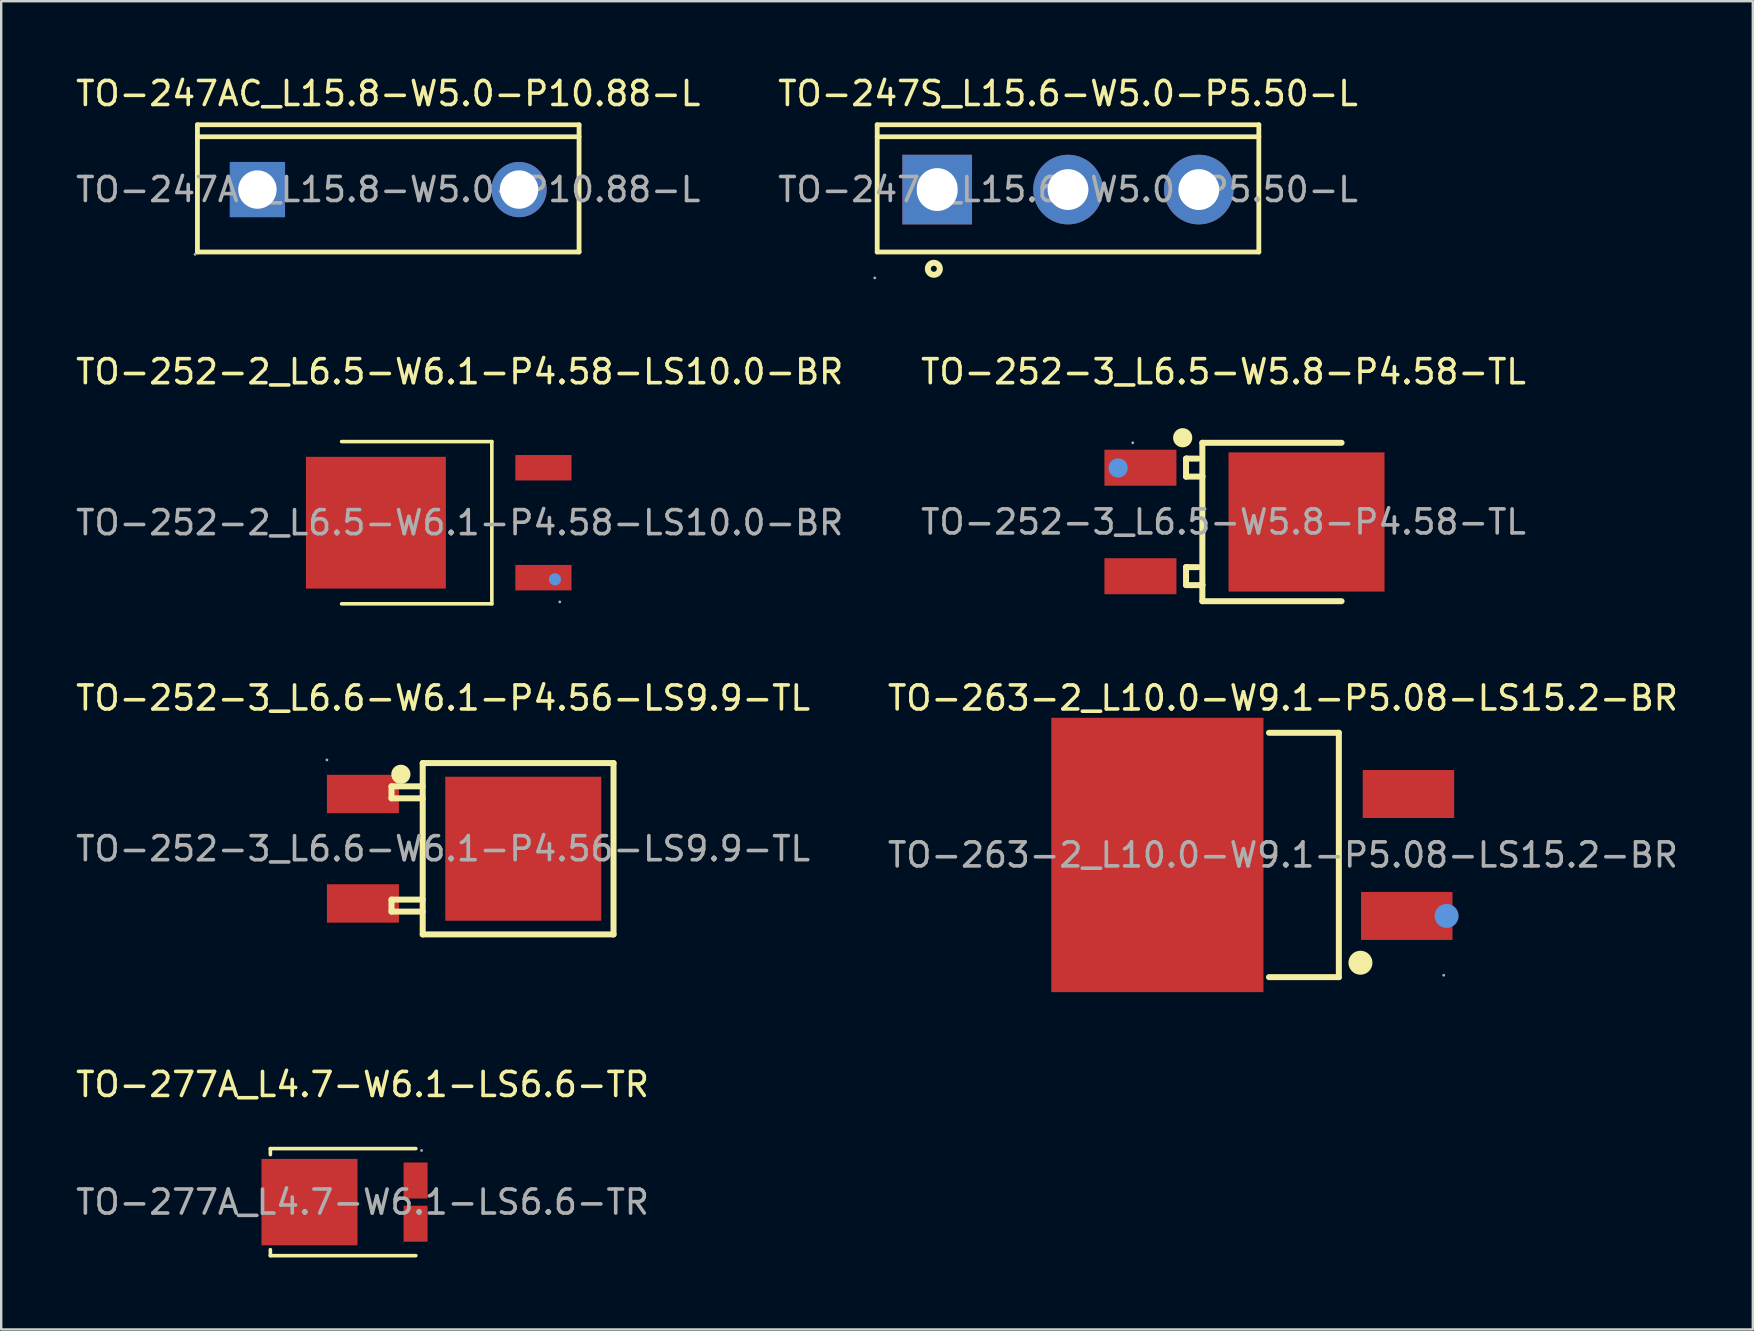
<source format=kicad_pcb>
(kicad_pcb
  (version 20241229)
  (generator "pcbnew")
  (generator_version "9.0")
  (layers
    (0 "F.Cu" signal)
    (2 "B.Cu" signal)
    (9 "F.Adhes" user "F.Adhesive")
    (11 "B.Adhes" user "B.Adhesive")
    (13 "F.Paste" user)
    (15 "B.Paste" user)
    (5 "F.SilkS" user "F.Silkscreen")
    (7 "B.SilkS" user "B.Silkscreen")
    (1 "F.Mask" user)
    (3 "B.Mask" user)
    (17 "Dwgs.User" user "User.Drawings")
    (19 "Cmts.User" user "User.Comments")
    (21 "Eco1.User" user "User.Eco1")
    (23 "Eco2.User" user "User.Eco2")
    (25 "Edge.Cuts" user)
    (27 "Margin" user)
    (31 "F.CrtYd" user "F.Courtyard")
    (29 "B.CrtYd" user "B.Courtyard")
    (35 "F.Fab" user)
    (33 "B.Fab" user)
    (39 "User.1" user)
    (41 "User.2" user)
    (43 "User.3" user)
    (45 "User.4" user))
  (footprint "TO-252-2_L6.5-W6.1-P4.58-LS10.0-BR"
    (layer "F.Cu")
    (at 16.101 18.727)
    (property "Reference" "TO-252-2_L6.5-W6.1-P4.58-LS10.0-BR" (at 0 -6.29 0) (layer "F.SilkS") (effects (font (size 1 1) (thickness 0.15))))
    (attr through_hole)
    (fp_line (start -4.92 -3.38) (end 1.34 -3.38) (stroke (width 0.15) (type solid)) (layer "F.SilkS"))
    (fp_line (start -4.92 3.38) (end 1.34 3.38) (stroke (width 0.15) (type solid)) (layer "F.SilkS"))
    (fp_line (start 1.34 3.38) (end 1.34 -3.38) (stroke (width 0.15) (type solid)) (layer "F.SilkS"))
    (fp_circle (center 3.97 2.36) (end 4.1 2.36) (stroke (width 0.25) (type solid)) (fill no) (layer "Cmts.User"))
    (fp_circle (center 4.17 3.3) (end 4.2 3.3) (stroke (width 0.06) (type solid)) (fill no) (layer "F.Fab"))
    (fp_text user "${REFERENCE}" (at 0 0 0) (layer "F.Fab") (effects (font (size 1 1) (thickness 0.15))))
    (pad "1" smd rect (at 3.49 2.29) (size 2.34 1.06) (layers "F.Cu" "F.Mask" "F.Paste"))
    (pad "3" smd rect (at 3.49 -2.29) (size 2.34 1.06) (layers "F.Cu" "F.Mask" "F.Paste"))
    (pad "4" smd rect (at -3.49 0) (size 5.83 5.49) (layers "F.Cu" "F.Mask" "F.Paste")))
  (footprint "TO-252-3_L6.5-W5.8-P4.58-TL"
    (layer "F.Cu")
    (at 47.923 18.697)
    (property "Reference" "TO-252-3_L6.5-W5.8-P4.58-TL" (at 0 -6.26 0) (layer "F.SilkS") (effects (font (size 1 1) (thickness 0.15))))
    (attr through_hole)
    (fp_line (start -1.56 -2.64) (end -1.56 -1.89) (stroke (width 0.25) (type solid)) (layer "F.SilkS"))
    (fp_line (start -1.56 -1.89) (end -0.88 -1.89) (stroke (width 0.25) (type solid)) (layer "F.SilkS"))
    (fp_line (start -1.56 1.88) (end -1.56 2.63) (stroke (width 0.25) (type solid)) (layer "F.SilkS"))
    (fp_line (start -1.56 2.63) (end -0.88 2.63) (stroke (width 0.25) (type solid)) (layer "F.SilkS"))
    (fp_line (start -1.52 -2.64) (end -1.56 -2.64) (stroke (width 0.25) (type solid)) (layer "F.SilkS"))
    (fp_line (start -1.52 1.88) (end -1.56 1.88) (stroke (width 0.25) (type solid)) (layer "F.SilkS"))
    (fp_line (start -1.06 -2.64) (end -1.52 -2.64) (stroke (width 0.25) (type solid)) (layer "F.SilkS"))
    (fp_line (start -1.06 1.88) (end -1.52 1.88) (stroke (width 0.25) (type solid)) (layer "F.SilkS"))
    (fp_line (start -0.88 -3.3) (end -0.88 3.3) (stroke (width 0.25) (type solid)) (layer "F.SilkS"))
    (fp_line (start -0.88 -1.89) (end -0.88 -1.91) (stroke (width 0.25) (type solid)) (layer "F.SilkS"))
    (fp_line (start -0.88 2.63) (end -0.88 2.61) (stroke (width 0.25) (type solid)) (layer "F.SilkS"))
    (fp_line (start -0.88 3.3) (end 4.92 3.3) (stroke (width 0.25) (type solid)) (layer "F.SilkS"))
    (fp_line (start 4.92 -3.3) (end -0.88 -3.3) (stroke (width 0.25) (type solid)) (layer "F.SilkS"))
    (fp_arc (start -1.7 -3.51) (mid -1.7 -3.51) (end -1.7 -3.51) (stroke (width 0.4) (type solid)) (layer "F.SilkS"))
    (fp_circle (center -4.39 -2.25) (end -4.19 -2.25) (stroke (width 0.4) (type solid)) (fill no) (layer "Cmts.User"))
    (fp_circle (center -3.78 -3.3) (end -3.75 -3.3) (stroke (width 0.06) (type solid)) (fill no) (layer "F.Fab"))
    (fp_text user "${REFERENCE}" (at 0 0 0) (layer "F.Fab") (effects (font (size 1 1) (thickness 0.15))))
    (pad "1" smd rect (at -3.46 -2.26) (size 3 1.5) (layers "F.Cu" "F.Mask" "F.Paste"))
    (pad "2" smd rect (at 3.46 0) (size 6.5 5.8) (layers "F.Cu" "F.Mask" "F.Paste"))
    (pad "3" smd rect (at -3.46 2.26) (size 3 1.5) (layers "F.Cu" "F.Mask" "F.Paste")))
  (footprint "TO-263-2_L10.0-W9.1-P5.08-LS15.2-BR"
    (layer "F.Cu")
    (at 50.399 32.57)
    (property "Reference" "TO-263-2_L10.0-W9.1-P5.08-LS15.2-BR" (at 0 -6.54 0) (layer "F.SilkS") (effects (font (size 1 1) (thickness 0.15))))
    (attr through_hole)
    (fp_line (start 2.33 -5.09) (end -0.58 -5.09) (stroke (width 0.25) (type solid)) (layer "F.SilkS"))
    (fp_line (start 2.33 -5.09) (end 2.33 5.09) (stroke (width 0.25) (type solid)) (layer "F.SilkS"))
    (fp_line (start 2.33 5.09) (end -0.58 5.09) (stroke (width 0.25) (type solid)) (layer "F.SilkS"))
    (fp_circle (center 3.23 4.49) (end 3.48 4.49) (stroke (width 0.5) (type solid)) (fill no) (layer "F.SilkS"))
    (fp_circle (center 6.82 2.54) (end 7.07 2.54) (stroke (width 0.5) (type solid)) (fill no) (layer "Cmts.User"))
    (fp_circle (center 6.7 5.01) (end 6.73 5.01) (stroke (width 0.06) (type solid)) (fill no) (layer "F.Fab"))
    (fp_text user "${REFERENCE}" (at 0 0 0) (layer "F.Fab") (effects (font (size 1 1) (thickness 0.15))))
    (pad "1" smd rect (at 5.16 2.54) (size 3.81 2) (layers "F.Cu" "F.Mask" "F.Paste"))
    (pad "3" smd rect (at 5.23 -2.54) (size 3.81 2) (layers "F.Cu" "F.Mask" "F.Paste"))
    (pad "4" smd rect (at -5.23 0) (size 8.84 11.43) (layers "F.Cu" "F.Mask" "F.Paste")))
  (footprint "TO-247S_L15.6-W5.0-P5.50-L"
    (layer "F.Cu")
    (at 41.446 4.848)
    (property "Reference" "TO-247S_L15.6-W5.0-P5.50-L" (at 0 -4 0) (layer "F.SilkS") (effects (font (size 1 1) (thickness 0.15))))
    (attr through_hole)
    (fp_line (start -7.95 -2.7) (end -7.95 2.6) (stroke (width 0.2) (type solid)) (layer "F.SilkS"))
    (fp_line (start -7.95 -2.2) (end 7.95 -2.2) (stroke (width 0.2) (type solid)) (layer "F.SilkS"))
    (fp_line (start -7.95 2.6) (end 7.95 2.6) (stroke (width 0.2) (type solid)) (layer "F.SilkS"))
    (fp_line (start 7.95 -2.7) (end -7.95 -2.7) (stroke (width 0.2) (type solid)) (layer "F.SilkS"))
    (fp_line (start 7.95 2.6) (end 7.95 -2.7) (stroke (width 0.2) (type solid)) (layer "F.SilkS"))
    (fp_circle (center -5.59 3.3) (end -5.34 3.3) (stroke (width 0.25) (type solid)) (fill no) (layer "F.SilkS"))
    (fp_circle (center -8.05 3.68) (end -8.02 3.68) (stroke (width 0.06) (type solid)) (fill no) (layer "F.Fab"))
    (fp_circle (center 0 0) (end 0.38 0) (stroke (width 0.75) (type solid)) (fill no) (layer "F.Fab"))
    (fp_circle (center 5.45 0) (end 5.83 0) (stroke (width 0.75) (type solid)) (fill no) (layer "F.Fab"))
    (fp_text user "${REFERENCE}" (at 0 0 0) (layer "F.Fab") (effects (font (size 1 1) (thickness 0.15))))
    (pad "1" thru_hole rect (at -5.45 0) (size 2.9 2.9) (drill oval 1.7 1.785) (layers "*.Cu" "*.Paste" "*.Mask"))
    (pad "2" thru_hole circle (at 0 0) (size 2.9 2.9) (drill 1.7) (layers "*.Cu" "*.Paste" "*.Mask"))
    (pad "3" thru_hole circle (at 5.45 0) (size 2.9 2.9) (drill 1.7) (layers "*.Cu" "*.Paste" "*.Mask")))
  (footprint "TO-252-3_L6.6-W6.1-P4.56-LS9.9-TL"
    (layer "F.Cu")
    (at 15.411 32.31)
    (property "Reference" "TO-252-3_L6.6-W6.1-P4.56-LS9.9-TL" (at 0 -6.28 0) (layer "F.SilkS") (effects (font (size 1 1) (thickness 0.15))))
    (attr through_hole)
    (fp_line (start -2.15 -2.6) (end -2.15 -2.1) (stroke (width 0.25) (type solid)) (layer "F.SilkS"))
    (fp_line (start -2.15 -2.1) (end -0.85 -2.1) (stroke (width 0.25) (type solid)) (layer "F.SilkS"))
    (fp_line (start -2.15 2.12) (end -2.15 2.62) (stroke (width 0.25) (type solid)) (layer "F.SilkS"))
    (fp_line (start -2.15 2.62) (end -0.85 2.62) (stroke (width 0.25) (type solid)) (layer "F.SilkS"))
    (fp_line (start -0.85 -3.57) (end -0.85 3.57) (stroke (width 0.25) (type solid)) (layer "F.SilkS"))
    (fp_line (start -0.85 -2.6) (end -2.15 -2.6) (stroke (width 0.25) (type solid)) (layer "F.SilkS"))
    (fp_line (start -0.85 2.12) (end -2.15 2.12) (stroke (width 0.25) (type solid)) (layer "F.SilkS"))
    (fp_line (start -0.85 3.57) (end 7.1 3.57) (stroke (width 0.25) (type solid)) (layer "F.SilkS"))
    (fp_line (start 7.1 -3.57) (end -0.85 -3.57) (stroke (width 0.25) (type solid)) (layer "F.SilkS"))
    (fp_line (start 7.1 3.57) (end 7.1 -3.57) (stroke (width 0.25) (type solid)) (layer "F.SilkS"))
    (fp_arc (start -1.76 -3.1) (mid -1.76 -3.1) (end -1.76 -3.1) (stroke (width 0.4) (type solid)) (layer "F.SilkS"))
    (fp_circle (center -4.84 -3.7) (end -4.81 -3.7) (stroke (width 0.06) (type solid)) (fill no) (layer "F.Fab"))
    (fp_text user "${REFERENCE}" (at 0 0 0) (layer "F.Fab") (effects (font (size 1 1) (thickness 0.15))))
    (pad "1" smd rect (at -3.34 -2.28) (size 3 1.6) (layers "F.Cu" "F.Mask" "F.Paste"))
    (pad "2" smd rect (at -3.34 2.28) (size 3 1.6) (layers "F.Cu" "F.Mask" "F.Paste"))
    (pad "3" smd rect (at 3.34 0) (size 6.5 6) (layers "F.Cu" "F.Mask" "F.Paste")))
  (footprint "TO-247AC_L15.8-W5.0-P10.88-L"
    (layer "F.Cu")
    (at 13.125 4.848)
    (property "Reference" "TO-247AC_L15.8-W5.0-P10.88-L" (at 0 -4 0) (layer "F.SilkS") (effects (font (size 1 1) (thickness 0.15))))
    (attr through_hole)
    (fp_line (start -7.95 -2.7) (end -7.95 2.6) (stroke (width 0.2) (type solid)) (layer "F.SilkS"))
    (fp_line (start -7.95 -2.2) (end 7.95 -2.2) (stroke (width 0.2) (type solid)) (layer "F.SilkS"))
    (fp_line (start -7.95 2.6) (end 7.95 2.6) (stroke (width 0.2) (type solid)) (layer "F.SilkS"))
    (fp_line (start 7.95 -2.7) (end -7.95 -2.7) (stroke (width 0.2) (type solid)) (layer "F.SilkS"))
    (fp_line (start 7.95 2.6) (end 7.95 -2.7) (stroke (width 0.2) (type solid)) (layer "F.SilkS"))
    (fp_circle (center -8.05 2.7) (end -8.02 2.7) (stroke (width 0.06) (type solid)) (fill no) (layer "F.Fab"))
    (fp_circle (center 5.45 0) (end 5.8 0) (stroke (width 0.7) (type solid)) (fill no) (layer "F.Fab"))
    (fp_text user "${REFERENCE}" (at 0 0 0) (layer "F.Fab") (effects (font (size 1 1) (thickness 0.15))))
    (pad "1" thru_hole rect (at -5.45 0) (size 2.3 2.3) (drill oval 1.6) (layers "*.Cu" "*.Paste" "*.Mask"))
    (pad "2" thru_hole circle (at 5.45 0) (size 2.3 2.3) (drill 1.6) (layers "*.Cu" "*.Paste" "*.Mask")))
  (footprint "TO-277A_L4.7-W6.1-LS6.6-TR"
    (layer "F.Cu")
    (at 12.054 47.033)
    (property "Reference" "TO-277A_L4.7-W6.1-LS6.6-TR" (at 0 -4.9 0) (layer "F.SilkS") (effects (font (size 1 1) (thickness 0.15))))
    (attr through_hole)
    (fp_line (start -3.84 -2.23) (end -3.84 -1.98) (stroke (width 0.15) (type solid)) (layer "F.SilkS"))
    (fp_line (start -3.84 1.98) (end -3.84 2.23) (stroke (width 0.15) (type solid)) (layer "F.SilkS"))
    (fp_line (start 2.22 -2.23) (end -3.84 -2.23) (stroke (width 0.15) (type solid)) (layer "F.SilkS"))
    (fp_line (start 2.22 2.23) (end -3.84 2.23) (stroke (width 0.15) (type solid)) (layer "F.SilkS"))
    (fp_circle (center 2.46 -2.15) (end 2.49 -2.15) (stroke (width 0.06) (type solid)) (fill no) (layer "F.Fab"))
    (fp_text user "${REFERENCE}" (at 0 0 0) (layer "F.Fab") (effects (font (size 1 1) (thickness 0.15))))
    (pad "1" smd rect (at 2.21 -0.9) (size 1 1.5) (layers "F.Cu" "F.Mask" "F.Paste"))
    (pad "2" smd rect (at 2.21 0.9) (size 1 1.5) (layers "F.Cu" "F.Mask" "F.Paste"))
    (pad "3" smd rect (at -2.21 0) (size 4 3.6) (layers "F.Cu" "F.Mask" "F.Paste")))
  (gr_rect
    (start -3 -3)
    (end 69.976 52.338)
    (stroke (width 0.1) (type default))
    (fill no)
    (layer "Edge.Cuts")))
</source>
